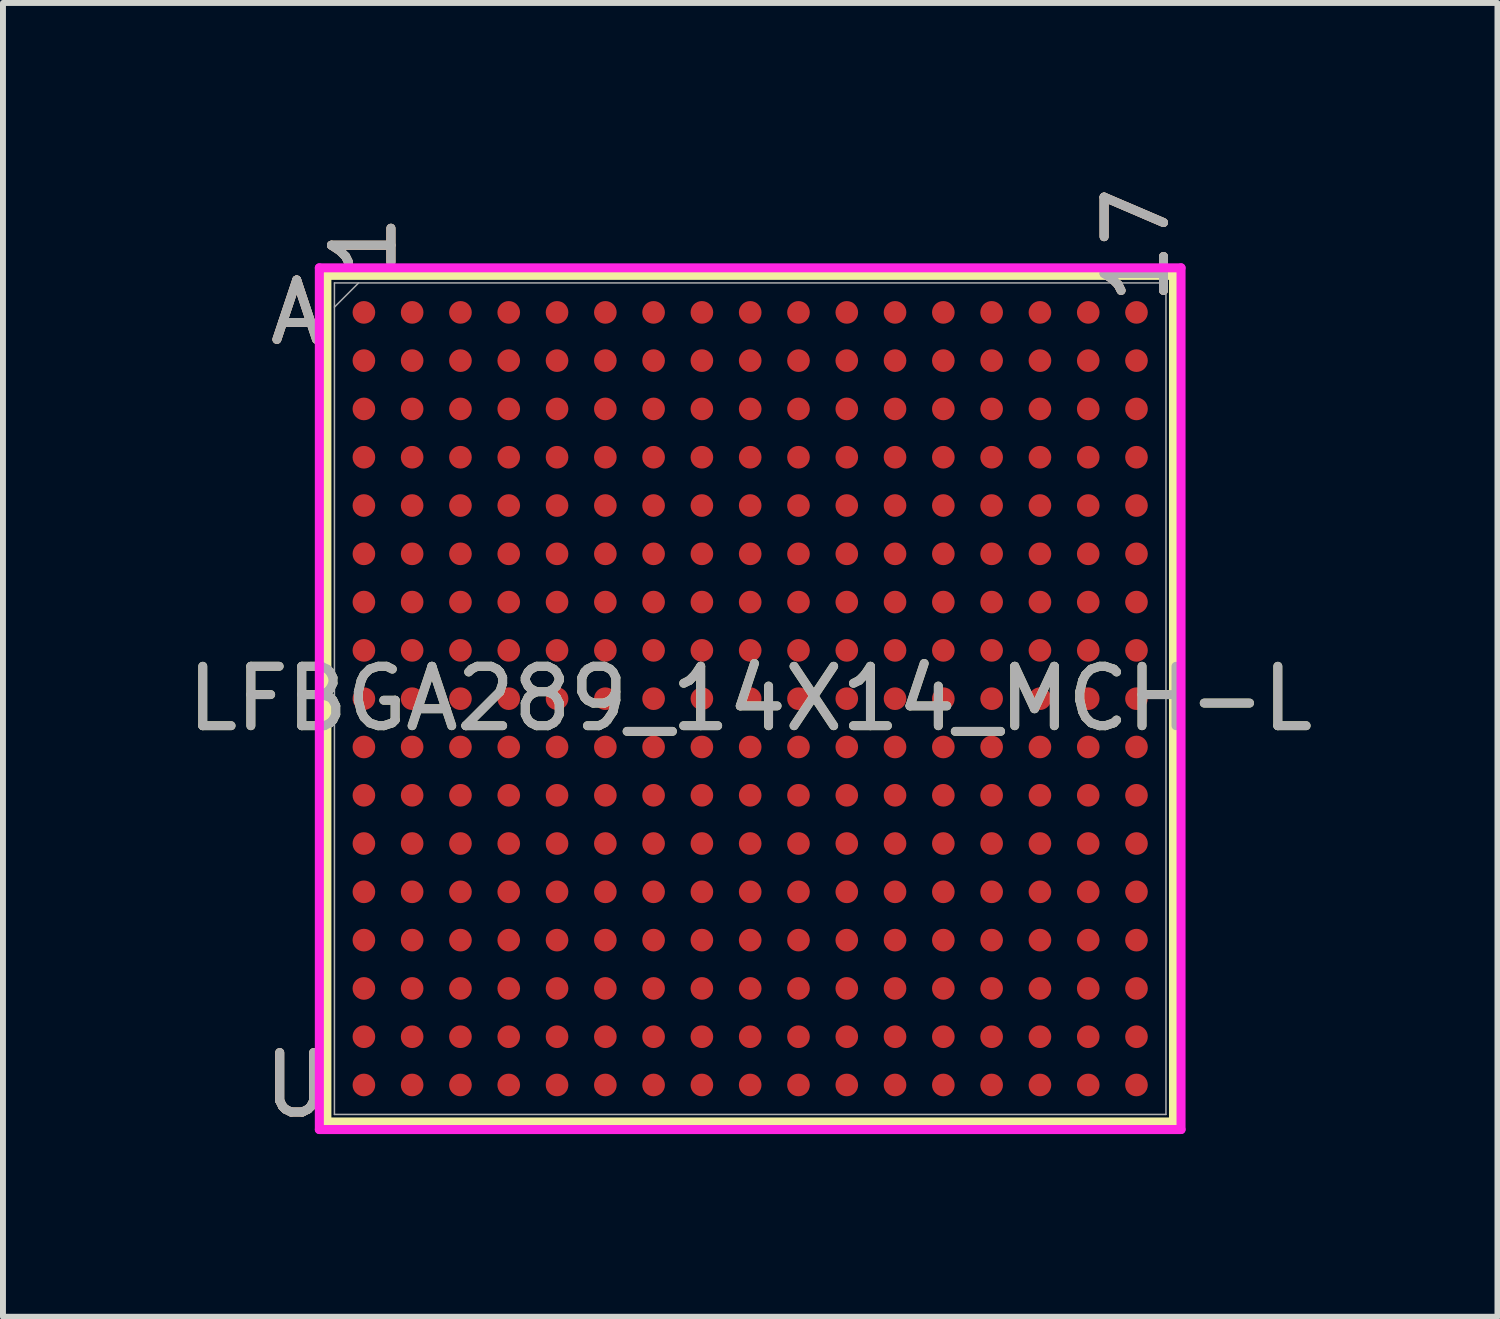
<source format=kicad_pcb>
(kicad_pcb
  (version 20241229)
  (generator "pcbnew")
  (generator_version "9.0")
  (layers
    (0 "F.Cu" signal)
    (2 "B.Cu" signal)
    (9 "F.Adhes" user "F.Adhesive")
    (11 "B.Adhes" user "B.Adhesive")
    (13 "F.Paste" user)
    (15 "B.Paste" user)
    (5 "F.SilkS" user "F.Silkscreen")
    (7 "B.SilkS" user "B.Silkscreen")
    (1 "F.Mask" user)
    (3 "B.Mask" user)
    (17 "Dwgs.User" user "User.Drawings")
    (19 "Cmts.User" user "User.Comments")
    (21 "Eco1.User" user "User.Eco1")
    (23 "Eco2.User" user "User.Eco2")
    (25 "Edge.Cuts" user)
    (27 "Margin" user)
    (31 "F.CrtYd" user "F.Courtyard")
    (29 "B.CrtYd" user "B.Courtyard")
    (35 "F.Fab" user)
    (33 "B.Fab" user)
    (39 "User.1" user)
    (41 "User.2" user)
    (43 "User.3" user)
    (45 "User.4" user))
  (footprint "LFBGA289_14X14_MCH-L"
    (layer "F.Cu")
    (at 9.577 8.71)
    (property "Reference" "LFBGA289_14X14_MCH-L" (at 0 0 0) (unlocked yes) (layer "F.SilkS") (effects (font (size 1 1) (thickness 0.15))))
    (attr smd)
    (fp_line (start -7.125 -7.125) (end -7.125 7.125) (stroke (width 0.152) (type solid)) (layer "F.SilkS"))
    (fp_line (start -7.125 7.125) (end 7.125 7.125) (stroke (width 0.152) (type solid)) (layer "F.SilkS"))
    (fp_line (start 7.125 -7.125) (end -7.125 -7.125) (stroke (width 0.152) (type solid)) (layer "F.SilkS"))
    (fp_line (start 7.125 7.125) (end 7.125 -7.125) (stroke (width 0.152) (type solid)) (layer "F.SilkS"))
    (fp_poly (pts (xy -7.353 -7.353) (xy 7.353 -7.353) (xy 7.353 7.353) (xy -7.353 7.353)) (stroke (width 0.1) (type solid)) (fill no) (layer "Eco2.User"))
    (fp_line (start -7.252 -7.252) (end 7.252 -7.252) (stroke (width 0.152) (type solid)) (layer "F.CrtYd"))
    (fp_line (start -7.252 7.252) (end -7.252 -7.252) (stroke (width 0.152) (type solid)) (layer "F.CrtYd"))
    (fp_line (start 7.252 -7.252) (end 7.252 7.252) (stroke (width 0.152) (type solid)) (layer "F.CrtYd"))
    (fp_line (start 7.252 7.252) (end -7.252 7.252) (stroke (width 0.152) (type solid)) (layer "F.CrtYd"))
    (fp_line (start -6.998 -6.998) (end -6.998 6.998) (stroke (width 0.025) (type solid)) (layer "F.Fab"))
    (fp_line (start -6.998 6.998) (end 6.998 6.998) (stroke (width 0.025) (type solid)) (layer "F.Fab"))
    (fp_line (start -6.591 -6.998) (end -6.998 -6.591) (stroke (width 0.025) (type solid)) (layer "F.Fab"))
    (fp_line (start 6.998 -6.998) (end -6.998 -6.998) (stroke (width 0.025) (type solid)) (layer "F.Fab"))
    (fp_line (start 6.998 6.998) (end 6.998 -6.998) (stroke (width 0.025) (type solid)) (layer "F.Fab"))
    (fp_text user "A" (at -7.633 -6.502 0) (unlocked yes) (layer "F.SilkS") (effects (font (size 1 1) (thickness 0.15))))
    (fp_text user "1" (at -6.502 -7.633 90) (unlocked yes) (layer "F.SilkS") (effects (font (size 1 1) (thickness 0.15))))
    (fp_text user "U" (at -7.633 6.502 0) (unlocked yes) (layer "F.SilkS") (effects (font (size 1 1) (thickness 0.15))))
    (fp_text user "17" (at 6.502 -7.633 90) (unlocked yes) (layer "F.SilkS") (effects (font (size 1 1) (thickness 0.15))))
    (fp_text user "17" (at 6.502 -7.633 90) (unlocked yes) (layer "B.SilkS") (effects (font (size 1 1) (thickness 0.15))))
    (fp_text user "1" (at -6.502 -7.633 90) (unlocked yes) (layer "B.SilkS") (effects (font (size 1 1) (thickness 0.15))))
    (fp_text user "U" (at -7.633 6.502 0) (unlocked yes) (layer "B.SilkS") (effects (font (size 1 1) (thickness 0.15))))
    (fp_text user "A" (at -7.633 -6.502 0) (unlocked yes) (layer "B.SilkS") (effects (font (size 1 1) (thickness 0.15))))
    (fp_text user "1" (at -6.502 -7.633 90) (unlocked yes) (layer "F.Fab") (effects (font (size 1 1) (thickness 0.15))))
    (fp_text user "${REFERENCE}" (at 0 0 0) (unlocked yes) (layer "F.Fab") (effects (font (size 1 1) (thickness 0.15))))
    (fp_text user "17" (at 6.502 -7.633 90) (unlocked yes) (layer "F.Fab") (effects (font (size 1 1) (thickness 0.15))))
    (fp_text user "A" (at -7.633 -6.502 0) (unlocked yes) (layer "F.Fab") (effects (font (size 1 1) (thickness 0.15))))
    (fp_text user "U" (at -7.633 6.502 0) (unlocked yes) (layer "F.Fab") (effects (font (size 1 1) (thickness 0.15))))
    (pad "A1" smd circle (at -6.502 -6.502) (size 0.381 0.381) (layers "F.Cu" "F.Mask" "F.Paste"))
    (pad "A2" smd circle (at -5.69 -6.502) (size 0.381 0.381) (layers "F.Cu" "F.Mask" "F.Paste"))
    (pad "A3" smd circle (at -4.877 -6.502) (size 0.381 0.381) (layers "F.Cu" "F.Mask" "F.Paste"))
    (pad "A4" smd circle (at -4.064 -6.502) (size 0.381 0.381) (layers "F.Cu" "F.Mask" "F.Paste"))
    (pad "A5" smd circle (at -3.251 -6.502) (size 0.381 0.381) (layers "F.Cu" "F.Mask" "F.Paste"))
    (pad "A6" smd circle (at -2.438 -6.502) (size 0.381 0.381) (layers "F.Cu" "F.Mask" "F.Paste"))
    (pad "A7" smd circle (at -1.626 -6.502) (size 0.381 0.381) (layers "F.Cu" "F.Mask" "F.Paste"))
    (pad "A8" smd circle (at -0.813 -6.502) (size 0.381 0.381) (layers "F.Cu" "F.Mask" "F.Paste"))
    (pad "A9" smd circle (at 0 -6.502) (size 0.381 0.381) (layers "F.Cu" "F.Mask" "F.Paste"))
    (pad "A10" smd circle (at 0.813 -6.502) (size 0.381 0.381) (layers "F.Cu" "F.Mask" "F.Paste"))
    (pad "A11" smd circle (at 1.626 -6.502) (size 0.381 0.381) (layers "F.Cu" "F.Mask" "F.Paste"))
    (pad "A12" smd circle (at 2.438 -6.502) (size 0.381 0.381) (layers "F.Cu" "F.Mask" "F.Paste"))
    (pad "A13" smd circle (at 3.251 -6.502) (size 0.381 0.381) (layers "F.Cu" "F.Mask" "F.Paste"))
    (pad "A14" smd circle (at 4.064 -6.502) (size 0.381 0.381) (layers "F.Cu" "F.Mask" "F.Paste"))
    (pad "A15" smd circle (at 4.877 -6.502) (size 0.381 0.381) (layers "F.Cu" "F.Mask" "F.Paste"))
    (pad "A16" smd circle (at 5.69 -6.502) (size 0.381 0.381) (layers "F.Cu" "F.Mask" "F.Paste"))
    (pad "A17" smd circle (at 6.502 -6.502) (size 0.381 0.381) (layers "F.Cu" "F.Mask" "F.Paste"))
    (pad "B1" smd circle (at -6.502 -5.69) (size 0.381 0.381) (layers "F.Cu" "F.Mask" "F.Paste"))
    (pad "B2" smd circle (at -5.69 -5.69) (size 0.381 0.381) (layers "F.Cu" "F.Mask" "F.Paste"))
    (pad "B3" smd circle (at -4.877 -5.69) (size 0.381 0.381) (layers "F.Cu" "F.Mask" "F.Paste"))
    (pad "B4" smd circle (at -4.064 -5.69) (size 0.381 0.381) (layers "F.Cu" "F.Mask" "F.Paste"))
    (pad "B5" smd circle (at -3.251 -5.69) (size 0.381 0.381) (layers "F.Cu" "F.Mask" "F.Paste"))
    (pad "B6" smd circle (at -2.438 -5.69) (size 0.381 0.381) (layers "F.Cu" "F.Mask" "F.Paste"))
    (pad "B7" smd circle (at -1.626 -5.69) (size 0.381 0.381) (layers "F.Cu" "F.Mask" "F.Paste"))
    (pad "B8" smd circle (at -0.813 -5.69) (size 0.381 0.381) (layers "F.Cu" "F.Mask" "F.Paste"))
    (pad "B9" smd circle (at 0 -5.69) (size 0.381 0.381) (layers "F.Cu" "F.Mask" "F.Paste"))
    (pad "B10" smd circle (at 0.813 -5.69) (size 0.381 0.381) (layers "F.Cu" "F.Mask" "F.Paste"))
    (pad "B11" smd circle (at 1.626 -5.69) (size 0.381 0.381) (layers "F.Cu" "F.Mask" "F.Paste"))
    (pad "B12" smd circle (at 2.438 -5.69) (size 0.381 0.381) (layers "F.Cu" "F.Mask" "F.Paste"))
    (pad "B13" smd circle (at 3.251 -5.69) (size 0.381 0.381) (layers "F.Cu" "F.Mask" "F.Paste"))
    (pad "B14" smd circle (at 4.064 -5.69) (size 0.381 0.381) (layers "F.Cu" "F.Mask" "F.Paste"))
    (pad "B15" smd circle (at 4.877 -5.69) (size 0.381 0.381) (layers "F.Cu" "F.Mask" "F.Paste"))
    (pad "B16" smd circle (at 5.69 -5.69) (size 0.381 0.381) (layers "F.Cu" "F.Mask" "F.Paste"))
    (pad "B17" smd circle (at 6.502 -5.69) (size 0.381 0.381) (layers "F.Cu" "F.Mask" "F.Paste"))
    (pad "C1" smd circle (at -6.502 -4.877) (size 0.381 0.381) (layers "F.Cu" "F.Mask" "F.Paste"))
    (pad "C2" smd circle (at -5.69 -4.877) (size 0.381 0.381) (layers "F.Cu" "F.Mask" "F.Paste"))
    (pad "C3" smd circle (at -4.877 -4.877) (size 0.381 0.381) (layers "F.Cu" "F.Mask" "F.Paste"))
    (pad "C4" smd circle (at -4.064 -4.877) (size 0.381 0.381) (layers "F.Cu" "F.Mask" "F.Paste"))
    (pad "C5" smd circle (at -3.251 -4.877) (size 0.381 0.381) (layers "F.Cu" "F.Mask" "F.Paste"))
    (pad "C6" smd circle (at -2.438 -4.877) (size 0.381 0.381) (layers "F.Cu" "F.Mask" "F.Paste"))
    (pad "C7" smd circle (at -1.626 -4.877) (size 0.381 0.381) (layers "F.Cu" "F.Mask" "F.Paste"))
    (pad "C8" smd circle (at -0.813 -4.877) (size 0.381 0.381) (layers "F.Cu" "F.Mask" "F.Paste"))
    (pad "C9" smd circle (at 0 -4.877) (size 0.381 0.381) (layers "F.Cu" "F.Mask" "F.Paste"))
    (pad "C10" smd circle (at 0.813 -4.877) (size 0.381 0.381) (layers "F.Cu" "F.Mask" "F.Paste"))
    (pad "C11" smd circle (at 1.626 -4.877) (size 0.381 0.381) (layers "F.Cu" "F.Mask" "F.Paste"))
    (pad "C12" smd circle (at 2.438 -4.877) (size 0.381 0.381) (layers "F.Cu" "F.Mask" "F.Paste"))
    (pad "C13" smd circle (at 3.251 -4.877) (size 0.381 0.381) (layers "F.Cu" "F.Mask" "F.Paste"))
    (pad "C14" smd circle (at 4.064 -4.877) (size 0.381 0.381) (layers "F.Cu" "F.Mask" "F.Paste"))
    (pad "C15" smd circle (at 4.877 -4.877) (size 0.381 0.381) (layers "F.Cu" "F.Mask" "F.Paste"))
    (pad "C16" smd circle (at 5.69 -4.877) (size 0.381 0.381) (layers "F.Cu" "F.Mask" "F.Paste"))
    (pad "C17" smd circle (at 6.502 -4.877) (size 0.381 0.381) (layers "F.Cu" "F.Mask" "F.Paste"))
    (pad "D1" smd circle (at -6.502 -4.064) (size 0.381 0.381) (layers "F.Cu" "F.Mask" "F.Paste"))
    (pad "D2" smd circle (at -5.69 -4.064) (size 0.381 0.381) (layers "F.Cu" "F.Mask" "F.Paste"))
    (pad "D3" smd circle (at -4.877 -4.064) (size 0.381 0.381) (layers "F.Cu" "F.Mask" "F.Paste"))
    (pad "D4" smd circle (at -4.064 -4.064) (size 0.381 0.381) (layers "F.Cu" "F.Mask" "F.Paste"))
    (pad "D5" smd circle (at -3.251 -4.064) (size 0.381 0.381) (layers "F.Cu" "F.Mask" "F.Paste"))
    (pad "D6" smd circle (at -2.438 -4.064) (size 0.381 0.381) (layers "F.Cu" "F.Mask" "F.Paste"))
    (pad "D7" smd circle (at -1.626 -4.064) (size 0.381 0.381) (layers "F.Cu" "F.Mask" "F.Paste"))
    (pad "D8" smd circle (at -0.813 -4.064) (size 0.381 0.381) (layers "F.Cu" "F.Mask" "F.Paste"))
    (pad "D9" smd circle (at 0 -4.064) (size 0.381 0.381) (layers "F.Cu" "F.Mask" "F.Paste"))
    (pad "D10" smd circle (at 0.813 -4.064) (size 0.381 0.381) (layers "F.Cu" "F.Mask" "F.Paste"))
    (pad "D11" smd circle (at 1.626 -4.064) (size 0.381 0.381) (layers "F.Cu" "F.Mask" "F.Paste"))
    (pad "D12" smd circle (at 2.438 -4.064) (size 0.381 0.381) (layers "F.Cu" "F.Mask" "F.Paste"))
    (pad "D13" smd circle (at 3.251 -4.064) (size 0.381 0.381) (layers "F.Cu" "F.Mask" "F.Paste"))
    (pad "D14" smd circle (at 4.064 -4.064) (size 0.381 0.381) (layers "F.Cu" "F.Mask" "F.Paste"))
    (pad "D15" smd circle (at 4.877 -4.064) (size 0.381 0.381) (layers "F.Cu" "F.Mask" "F.Paste"))
    (pad "D16" smd circle (at 5.69 -4.064) (size 0.381 0.381) (layers "F.Cu" "F.Mask" "F.Paste"))
    (pad "D17" smd circle (at 6.502 -4.064) (size 0.381 0.381) (layers "F.Cu" "F.Mask" "F.Paste"))
    (pad "E1" smd circle (at -6.502 -3.251) (size 0.381 0.381) (layers "F.Cu" "F.Mask" "F.Paste"))
    (pad "E2" smd circle (at -5.69 -3.251) (size 0.381 0.381) (layers "F.Cu" "F.Mask" "F.Paste"))
    (pad "E3" smd circle (at -4.877 -3.251) (size 0.381 0.381) (layers "F.Cu" "F.Mask" "F.Paste"))
    (pad "E4" smd circle (at -4.064 -3.251) (size 0.381 0.381) (layers "F.Cu" "F.Mask" "F.Paste"))
    (pad "E5" smd circle (at -3.251 -3.251) (size 0.381 0.381) (layers "F.Cu" "F.Mask" "F.Paste"))
    (pad "E6" smd circle (at -2.438 -3.251) (size 0.381 0.381) (layers "F.Cu" "F.Mask" "F.Paste"))
    (pad "E7" smd circle (at -1.626 -3.251) (size 0.381 0.381) (layers "F.Cu" "F.Mask" "F.Paste"))
    (pad "E8" smd circle (at -0.813 -3.251) (size 0.381 0.381) (layers "F.Cu" "F.Mask" "F.Paste"))
    (pad "E9" smd circle (at 0 -3.251) (size 0.381 0.381) (layers "F.Cu" "F.Mask" "F.Paste"))
    (pad "E10" smd circle (at 0.813 -3.251) (size 0.381 0.381) (layers "F.Cu" "F.Mask" "F.Paste"))
    (pad "E11" smd circle (at 1.626 -3.251) (size 0.381 0.381) (layers "F.Cu" "F.Mask" "F.Paste"))
    (pad "E12" smd circle (at 2.438 -3.251) (size 0.381 0.381) (layers "F.Cu" "F.Mask" "F.Paste"))
    (pad "E13" smd circle (at 3.251 -3.251) (size 0.381 0.381) (layers "F.Cu" "F.Mask" "F.Paste"))
    (pad "E14" smd circle (at 4.064 -3.251) (size 0.381 0.381) (layers "F.Cu" "F.Mask" "F.Paste"))
    (pad "E15" smd circle (at 4.877 -3.251) (size 0.381 0.381) (layers "F.Cu" "F.Mask" "F.Paste"))
    (pad "E16" smd circle (at 5.69 -3.251) (size 0.381 0.381) (layers "F.Cu" "F.Mask" "F.Paste"))
    (pad "E17" smd circle (at 6.502 -3.251) (size 0.381 0.381) (layers "F.Cu" "F.Mask" "F.Paste"))
    (pad "F1" smd circle (at -6.502 -2.438) (size 0.381 0.381) (layers "F.Cu" "F.Mask" "F.Paste"))
    (pad "F2" smd circle (at -5.69 -2.438) (size 0.381 0.381) (layers "F.Cu" "F.Mask" "F.Paste"))
    (pad "F3" smd circle (at -4.877 -2.438) (size 0.381 0.381) (layers "F.Cu" "F.Mask" "F.Paste"))
    (pad "F4" smd circle (at -4.064 -2.438) (size 0.381 0.381) (layers "F.Cu" "F.Mask" "F.Paste"))
    (pad "F5" smd circle (at -3.251 -2.438) (size 0.381 0.381) (layers "F.Cu" "F.Mask" "F.Paste"))
    (pad "F6" smd circle (at -2.438 -2.438) (size 0.381 0.381) (layers "F.Cu" "F.Mask" "F.Paste"))
    (pad "F7" smd circle (at -1.626 -2.438) (size 0.381 0.381) (layers "F.Cu" "F.Mask" "F.Paste"))
    (pad "F8" smd circle (at -0.813 -2.438) (size 0.381 0.381) (layers "F.Cu" "F.Mask" "F.Paste"))
    (pad "F9" smd circle (at 0 -2.438) (size 0.381 0.381) (layers "F.Cu" "F.Mask" "F.Paste"))
    (pad "F10" smd circle (at 0.813 -2.438) (size 0.381 0.381) (layers "F.Cu" "F.Mask" "F.Paste"))
    (pad "F11" smd circle (at 1.626 -2.438) (size 0.381 0.381) (layers "F.Cu" "F.Mask" "F.Paste"))
    (pad "F12" smd circle (at 2.438 -2.438) (size 0.381 0.381) (layers "F.Cu" "F.Mask" "F.Paste"))
    (pad "F13" smd circle (at 3.251 -2.438) (size 0.381 0.381) (layers "F.Cu" "F.Mask" "F.Paste"))
    (pad "F14" smd circle (at 4.064 -2.438) (size 0.381 0.381) (layers "F.Cu" "F.Mask" "F.Paste"))
    (pad "F15" smd circle (at 4.877 -2.438) (size 0.381 0.381) (layers "F.Cu" "F.Mask" "F.Paste"))
    (pad "F16" smd circle (at 5.69 -2.438) (size 0.381 0.381) (layers "F.Cu" "F.Mask" "F.Paste"))
    (pad "F17" smd circle (at 6.502 -2.438) (size 0.381 0.381) (layers "F.Cu" "F.Mask" "F.Paste"))
    (pad "G1" smd circle (at -6.502 -1.626) (size 0.381 0.381) (layers "F.Cu" "F.Mask" "F.Paste"))
    (pad "G2" smd circle (at -5.69 -1.626) (size 0.381 0.381) (layers "F.Cu" "F.Mask" "F.Paste"))
    (pad "G3" smd circle (at -4.877 -1.626) (size 0.381 0.381) (layers "F.Cu" "F.Mask" "F.Paste"))
    (pad "G4" smd circle (at -4.064 -1.626) (size 0.381 0.381) (layers "F.Cu" "F.Mask" "F.Paste"))
    (pad "G5" smd circle (at -3.251 -1.626) (size 0.381 0.381) (layers "F.Cu" "F.Mask" "F.Paste"))
    (pad "G6" smd circle (at -2.438 -1.626) (size 0.381 0.381) (layers "F.Cu" "F.Mask" "F.Paste"))
    (pad "G7" smd circle (at -1.626 -1.626) (size 0.381 0.381) (layers "F.Cu" "F.Mask" "F.Paste"))
    (pad "G8" smd circle (at -0.813 -1.626) (size 0.381 0.381) (layers "F.Cu" "F.Mask" "F.Paste"))
    (pad "G9" smd circle (at 0 -1.626) (size 0.381 0.381) (layers "F.Cu" "F.Mask" "F.Paste"))
    (pad "G10" smd circle (at 0.813 -1.626) (size 0.381 0.381) (layers "F.Cu" "F.Mask" "F.Paste"))
    (pad "G11" smd circle (at 1.626 -1.626) (size 0.381 0.381) (layers "F.Cu" "F.Mask" "F.Paste"))
    (pad "G12" smd circle (at 2.438 -1.626) (size 0.381 0.381) (layers "F.Cu" "F.Mask" "F.Paste"))
    (pad "G13" smd circle (at 3.251 -1.626) (size 0.381 0.381) (layers "F.Cu" "F.Mask" "F.Paste"))
    (pad "G14" smd circle (at 4.064 -1.626) (size 0.381 0.381) (layers "F.Cu" "F.Mask" "F.Paste"))
    (pad "G15" smd circle (at 4.877 -1.626) (size 0.381 0.381) (layers "F.Cu" "F.Mask" "F.Paste"))
    (pad "G16" smd circle (at 5.69 -1.626) (size 0.381 0.381) (layers "F.Cu" "F.Mask" "F.Paste"))
    (pad "G17" smd circle (at 6.502 -1.626) (size 0.381 0.381) (layers "F.Cu" "F.Mask" "F.Paste"))
    (pad "H1" smd circle (at -6.502 -0.813) (size 0.381 0.381) (layers "F.Cu" "F.Mask" "F.Paste"))
    (pad "H2" smd circle (at -5.69 -0.813) (size 0.381 0.381) (layers "F.Cu" "F.Mask" "F.Paste"))
    (pad "H3" smd circle (at -4.877 -0.813) (size 0.381 0.381) (layers "F.Cu" "F.Mask" "F.Paste"))
    (pad "H4" smd circle (at -4.064 -0.813) (size 0.381 0.381) (layers "F.Cu" "F.Mask" "F.Paste"))
    (pad "H5" smd circle (at -3.251 -0.813) (size 0.381 0.381) (layers "F.Cu" "F.Mask" "F.Paste"))
    (pad "H6" smd circle (at -2.438 -0.813) (size 0.381 0.381) (layers "F.Cu" "F.Mask" "F.Paste"))
    (pad "H7" smd circle (at -1.626 -0.813) (size 0.381 0.381) (layers "F.Cu" "F.Mask" "F.Paste"))
    (pad "H8" smd circle (at -0.813 -0.813) (size 0.381 0.381) (layers "F.Cu" "F.Mask" "F.Paste"))
    (pad "H9" smd circle (at 0 -0.813) (size 0.381 0.381) (layers "F.Cu" "F.Mask" "F.Paste"))
    (pad "H10" smd circle (at 0.813 -0.813) (size 0.381 0.381) (layers "F.Cu" "F.Mask" "F.Paste"))
    (pad "H11" smd circle (at 1.626 -0.813) (size 0.381 0.381) (layers "F.Cu" "F.Mask" "F.Paste"))
    (pad "H12" smd circle (at 2.438 -0.813) (size 0.381 0.381) (layers "F.Cu" "F.Mask" "F.Paste"))
    (pad "H13" smd circle (at 3.251 -0.813) (size 0.381 0.381) (layers "F.Cu" "F.Mask" "F.Paste"))
    (pad "H14" smd circle (at 4.064 -0.813) (size 0.381 0.381) (layers "F.Cu" "F.Mask" "F.Paste"))
    (pad "H15" smd circle (at 4.877 -0.813) (size 0.381 0.381) (layers "F.Cu" "F.Mask" "F.Paste"))
    (pad "H16" smd circle (at 5.69 -0.813) (size 0.381 0.381) (layers "F.Cu" "F.Mask" "F.Paste"))
    (pad "H17" smd circle (at 6.502 -0.813) (size 0.381 0.381) (layers "F.Cu" "F.Mask" "F.Paste"))
    (pad "J1" smd circle (at -6.502 0) (size 0.381 0.381) (layers "F.Cu" "F.Mask" "F.Paste"))
    (pad "J2" smd circle (at -5.69 0) (size 0.381 0.381) (layers "F.Cu" "F.Mask" "F.Paste"))
    (pad "J3" smd circle (at -4.877 0) (size 0.381 0.381) (layers "F.Cu" "F.Mask" "F.Paste"))
    (pad "J4" smd circle (at -4.064 0) (size 0.381 0.381) (layers "F.Cu" "F.Mask" "F.Paste"))
    (pad "J5" smd circle (at -3.251 0) (size 0.381 0.381) (layers "F.Cu" "F.Mask" "F.Paste"))
    (pad "J6" smd circle (at -2.438 0) (size 0.381 0.381) (layers "F.Cu" "F.Mask" "F.Paste"))
    (pad "J7" smd circle (at -1.626 0) (size 0.381 0.381) (layers "F.Cu" "F.Mask" "F.Paste"))
    (pad "J8" smd circle (at -0.813 0) (size 0.381 0.381) (layers "F.Cu" "F.Mask" "F.Paste"))
    (pad "J9" smd circle (at 0 0) (size 0.381 0.381) (layers "F.Cu" "F.Mask" "F.Paste"))
    (pad "J10" smd circle (at 0.813 0) (size 0.381 0.381) (layers "F.Cu" "F.Mask" "F.Paste"))
    (pad "J11" smd circle (at 1.626 0) (size 0.381 0.381) (layers "F.Cu" "F.Mask" "F.Paste"))
    (pad "J12" smd circle (at 2.438 0) (size 0.381 0.381) (layers "F.Cu" "F.Mask" "F.Paste"))
    (pad "J13" smd circle (at 3.251 0) (size 0.381 0.381) (layers "F.Cu" "F.Mask" "F.Paste"))
    (pad "J14" smd circle (at 4.064 0) (size 0.381 0.381) (layers "F.Cu" "F.Mask" "F.Paste"))
    (pad "J15" smd circle (at 4.877 0) (size 0.381 0.381) (layers "F.Cu" "F.Mask" "F.Paste"))
    (pad "J16" smd circle (at 5.69 0) (size 0.381 0.381) (layers "F.Cu" "F.Mask" "F.Paste"))
    (pad "J17" smd circle (at 6.502 0) (size 0.381 0.381) (layers "F.Cu" "F.Mask" "F.Paste"))
    (pad "K1" smd circle (at -6.502 0.813) (size 0.381 0.381) (layers "F.Cu" "F.Mask" "F.Paste"))
    (pad "K2" smd circle (at -5.69 0.813) (size 0.381 0.381) (layers "F.Cu" "F.Mask" "F.Paste"))
    (pad "K3" smd circle (at -4.877 0.813) (size 0.381 0.381) (layers "F.Cu" "F.Mask" "F.Paste"))
    (pad "K4" smd circle (at -4.064 0.813) (size 0.381 0.381) (layers "F.Cu" "F.Mask" "F.Paste"))
    (pad "K5" smd circle (at -3.251 0.813) (size 0.381 0.381) (layers "F.Cu" "F.Mask" "F.Paste"))
    (pad "K6" smd circle (at -2.438 0.813) (size 0.381 0.381) (layers "F.Cu" "F.Mask" "F.Paste"))
    (pad "K7" smd circle (at -1.626 0.813) (size 0.381 0.381) (layers "F.Cu" "F.Mask" "F.Paste"))
    (pad "K8" smd circle (at -0.813 0.813) (size 0.381 0.381) (layers "F.Cu" "F.Mask" "F.Paste"))
    (pad "K9" smd circle (at 0 0.813) (size 0.381 0.381) (layers "F.Cu" "F.Mask" "F.Paste"))
    (pad "K10" smd circle (at 0.813 0.813) (size 0.381 0.381) (layers "F.Cu" "F.Mask" "F.Paste"))
    (pad "K11" smd circle (at 1.626 0.813) (size 0.381 0.381) (layers "F.Cu" "F.Mask" "F.Paste"))
    (pad "K12" smd circle (at 2.438 0.813) (size 0.381 0.381) (layers "F.Cu" "F.Mask" "F.Paste"))
    (pad "K13" smd circle (at 3.251 0.813) (size 0.381 0.381) (layers "F.Cu" "F.Mask" "F.Paste"))
    (pad "K14" smd circle (at 4.064 0.813) (size 0.381 0.381) (layers "F.Cu" "F.Mask" "F.Paste"))
    (pad "K15" smd circle (at 4.877 0.813) (size 0.381 0.381) (layers "F.Cu" "F.Mask" "F.Paste"))
    (pad "K16" smd circle (at 5.69 0.813) (size 0.381 0.381) (layers "F.Cu" "F.Mask" "F.Paste"))
    (pad "K17" smd circle (at 6.502 0.813) (size 0.381 0.381) (layers "F.Cu" "F.Mask" "F.Paste"))
    (pad "L1" smd circle (at -6.502 1.626) (size 0.381 0.381) (layers "F.Cu" "F.Mask" "F.Paste"))
    (pad "L2" smd circle (at -5.69 1.626) (size 0.381 0.381) (layers "F.Cu" "F.Mask" "F.Paste"))
    (pad "L3" smd circle (at -4.877 1.626) (size 0.381 0.381) (layers "F.Cu" "F.Mask" "F.Paste"))
    (pad "L4" smd circle (at -4.064 1.626) (size 0.381 0.381) (layers "F.Cu" "F.Mask" "F.Paste"))
    (pad "L5" smd circle (at -3.251 1.626) (size 0.381 0.381) (layers "F.Cu" "F.Mask" "F.Paste"))
    (pad "L6" smd circle (at -2.438 1.626) (size 0.381 0.381) (layers "F.Cu" "F.Mask" "F.Paste"))
    (pad "L7" smd circle (at -1.626 1.626) (size 0.381 0.381) (layers "F.Cu" "F.Mask" "F.Paste"))
    (pad "L8" smd circle (at -0.813 1.626) (size 0.381 0.381) (layers "F.Cu" "F.Mask" "F.Paste"))
    (pad "L9" smd circle (at 0 1.626) (size 0.381 0.381) (layers "F.Cu" "F.Mask" "F.Paste"))
    (pad "L10" smd circle (at 0.813 1.626) (size 0.381 0.381) (layers "F.Cu" "F.Mask" "F.Paste"))
    (pad "L11" smd circle (at 1.626 1.626) (size 0.381 0.381) (layers "F.Cu" "F.Mask" "F.Paste"))
    (pad "L12" smd circle (at 2.438 1.626) (size 0.381 0.381) (layers "F.Cu" "F.Mask" "F.Paste"))
    (pad "L13" smd circle (at 3.251 1.626) (size 0.381 0.381) (layers "F.Cu" "F.Mask" "F.Paste"))
    (pad "L14" smd circle (at 4.064 1.626) (size 0.381 0.381) (layers "F.Cu" "F.Mask" "F.Paste"))
    (pad "L15" smd circle (at 4.877 1.626) (size 0.381 0.381) (layers "F.Cu" "F.Mask" "F.Paste"))
    (pad "L16" smd circle (at 5.69 1.626) (size 0.381 0.381) (layers "F.Cu" "F.Mask" "F.Paste"))
    (pad "L17" smd circle (at 6.502 1.626) (size 0.381 0.381) (layers "F.Cu" "F.Mask" "F.Paste"))
    (pad "M1" smd circle (at -6.502 2.438) (size 0.381 0.381) (layers "F.Cu" "F.Mask" "F.Paste"))
    (pad "M2" smd circle (at -5.69 2.438) (size 0.381 0.381) (layers "F.Cu" "F.Mask" "F.Paste"))
    (pad "M3" smd circle (at -4.877 2.438) (size 0.381 0.381) (layers "F.Cu" "F.Mask" "F.Paste"))
    (pad "M4" smd circle (at -4.064 2.438) (size 0.381 0.381) (layers "F.Cu" "F.Mask" "F.Paste"))
    (pad "M5" smd circle (at -3.251 2.438) (size 0.381 0.381) (layers "F.Cu" "F.Mask" "F.Paste"))
    (pad "M6" smd circle (at -2.438 2.438) (size 0.381 0.381) (layers "F.Cu" "F.Mask" "F.Paste"))
    (pad "M7" smd circle (at -1.626 2.438) (size 0.381 0.381) (layers "F.Cu" "F.Mask" "F.Paste"))
    (pad "M8" smd circle (at -0.813 2.438) (size 0.381 0.381) (layers "F.Cu" "F.Mask" "F.Paste"))
    (pad "M9" smd circle (at 0 2.438) (size 0.381 0.381) (layers "F.Cu" "F.Mask" "F.Paste"))
    (pad "M10" smd circle (at 0.813 2.438) (size 0.381 0.381) (layers "F.Cu" "F.Mask" "F.Paste"))
    (pad "M11" smd circle (at 1.626 2.438) (size 0.381 0.381) (layers "F.Cu" "F.Mask" "F.Paste"))
    (pad "M12" smd circle (at 2.438 2.438) (size 0.381 0.381) (layers "F.Cu" "F.Mask" "F.Paste"))
    (pad "M13" smd circle (at 3.251 2.438) (size 0.381 0.381) (layers "F.Cu" "F.Mask" "F.Paste"))
    (pad "M14" smd circle (at 4.064 2.438) (size 0.381 0.381) (layers "F.Cu" "F.Mask" "F.Paste"))
    (pad "M15" smd circle (at 4.877 2.438) (size 0.381 0.381) (layers "F.Cu" "F.Mask" "F.Paste"))
    (pad "M16" smd circle (at 5.69 2.438) (size 0.381 0.381) (layers "F.Cu" "F.Mask" "F.Paste"))
    (pad "M17" smd circle (at 6.502 2.438) (size 0.381 0.381) (layers "F.Cu" "F.Mask" "F.Paste"))
    (pad "N1" smd circle (at -6.502 3.251) (size 0.381 0.381) (layers "F.Cu" "F.Mask" "F.Paste"))
    (pad "N2" smd circle (at -5.69 3.251) (size 0.381 0.381) (layers "F.Cu" "F.Mask" "F.Paste"))
    (pad "N3" smd circle (at -4.877 3.251) (size 0.381 0.381) (layers "F.Cu" "F.Mask" "F.Paste"))
    (pad "N4" smd circle (at -4.064 3.251) (size 0.381 0.381) (layers "F.Cu" "F.Mask" "F.Paste"))
    (pad "N5" smd circle (at -3.251 3.251) (size 0.381 0.381) (layers "F.Cu" "F.Mask" "F.Paste"))
    (pad "N6" smd circle (at -2.438 3.251) (size 0.381 0.381) (layers "F.Cu" "F.Mask" "F.Paste"))
    (pad "N7" smd circle (at -1.626 3.251) (size 0.381 0.381) (layers "F.Cu" "F.Mask" "F.Paste"))
    (pad "N8" smd circle (at -0.813 3.251) (size 0.381 0.381) (layers "F.Cu" "F.Mask" "F.Paste"))
    (pad "N9" smd circle (at 0 3.251) (size 0.381 0.381) (layers "F.Cu" "F.Mask" "F.Paste"))
    (pad "N10" smd circle (at 0.813 3.251) (size 0.381 0.381) (layers "F.Cu" "F.Mask" "F.Paste"))
    (pad "N11" smd circle (at 1.626 3.251) (size 0.381 0.381) (layers "F.Cu" "F.Mask" "F.Paste"))
    (pad "N12" smd circle (at 2.438 3.251) (size 0.381 0.381) (layers "F.Cu" "F.Mask" "F.Paste"))
    (pad "N13" smd circle (at 3.251 3.251) (size 0.381 0.381) (layers "F.Cu" "F.Mask" "F.Paste"))
    (pad "N14" smd circle (at 4.064 3.251) (size 0.381 0.381) (layers "F.Cu" "F.Mask" "F.Paste"))
    (pad "N15" smd circle (at 4.877 3.251) (size 0.381 0.381) (layers "F.Cu" "F.Mask" "F.Paste"))
    (pad "N16" smd circle (at 5.69 3.251) (size 0.381 0.381) (layers "F.Cu" "F.Mask" "F.Paste"))
    (pad "N17" smd circle (at 6.502 3.251) (size 0.381 0.381) (layers "F.Cu" "F.Mask" "F.Paste"))
    (pad "P1" smd circle (at -6.502 4.064) (size 0.381 0.381) (layers "F.Cu" "F.Mask" "F.Paste"))
    (pad "P2" smd circle (at -5.69 4.064) (size 0.381 0.381) (layers "F.Cu" "F.Mask" "F.Paste"))
    (pad "P3" smd circle (at -4.877 4.064) (size 0.381 0.381) (layers "F.Cu" "F.Mask" "F.Paste"))
    (pad "P4" smd circle (at -4.064 4.064) (size 0.381 0.381) (layers "F.Cu" "F.Mask" "F.Paste"))
    (pad "P5" smd circle (at -3.251 4.064) (size 0.381 0.381) (layers "F.Cu" "F.Mask" "F.Paste"))
    (pad "P6" smd circle (at -2.438 4.064) (size 0.381 0.381) (layers "F.Cu" "F.Mask" "F.Paste"))
    (pad "P7" smd circle (at -1.626 4.064) (size 0.381 0.381) (layers "F.Cu" "F.Mask" "F.Paste"))
    (pad "P8" smd circle (at -0.813 4.064) (size 0.381 0.381) (layers "F.Cu" "F.Mask" "F.Paste"))
    (pad "P9" smd circle (at 0 4.064) (size 0.381 0.381) (layers "F.Cu" "F.Mask" "F.Paste"))
    (pad "P10" smd circle (at 0.813 4.064) (size 0.381 0.381) (layers "F.Cu" "F.Mask" "F.Paste"))
    (pad "P11" smd circle (at 1.626 4.064) (size 0.381 0.381) (layers "F.Cu" "F.Mask" "F.Paste"))
    (pad "P12" smd circle (at 2.438 4.064) (size 0.381 0.381) (layers "F.Cu" "F.Mask" "F.Paste"))
    (pad "P13" smd circle (at 3.251 4.064) (size 0.381 0.381) (layers "F.Cu" "F.Mask" "F.Paste"))
    (pad "P14" smd circle (at 4.064 4.064) (size 0.381 0.381) (layers "F.Cu" "F.Mask" "F.Paste"))
    (pad "P15" smd circle (at 4.877 4.064) (size 0.381 0.381) (layers "F.Cu" "F.Mask" "F.Paste"))
    (pad "P16" smd circle (at 5.69 4.064) (size 0.381 0.381) (layers "F.Cu" "F.Mask" "F.Paste"))
    (pad "P17" smd circle (at 6.502 4.064) (size 0.381 0.381) (layers "F.Cu" "F.Mask" "F.Paste"))
    (pad "R1" smd circle (at -6.502 4.877) (size 0.381 0.381) (layers "F.Cu" "F.Mask" "F.Paste"))
    (pad "R2" smd circle (at -5.69 4.877) (size 0.381 0.381) (layers "F.Cu" "F.Mask" "F.Paste"))
    (pad "R3" smd circle (at -4.877 4.877) (size 0.381 0.381) (layers "F.Cu" "F.Mask" "F.Paste"))
    (pad "R4" smd circle (at -4.064 4.877) (size 0.381 0.381) (layers "F.Cu" "F.Mask" "F.Paste"))
    (pad "R5" smd circle (at -3.251 4.877) (size 0.381 0.381) (layers "F.Cu" "F.Mask" "F.Paste"))
    (pad "R6" smd circle (at -2.438 4.877) (size 0.381 0.381) (layers "F.Cu" "F.Mask" "F.Paste"))
    (pad "R7" smd circle (at -1.626 4.877) (size 0.381 0.381) (layers "F.Cu" "F.Mask" "F.Paste"))
    (pad "R8" smd circle (at -0.813 4.877) (size 0.381 0.381) (layers "F.Cu" "F.Mask" "F.Paste"))
    (pad "R9" smd circle (at 0 4.877) (size 0.381 0.381) (layers "F.Cu" "F.Mask" "F.Paste"))
    (pad "R10" smd circle (at 0.813 4.877) (size 0.381 0.381) (layers "F.Cu" "F.Mask" "F.Paste"))
    (pad "R11" smd circle (at 1.626 4.877) (size 0.381 0.381) (layers "F.Cu" "F.Mask" "F.Paste"))
    (pad "R12" smd circle (at 2.438 4.877) (size 0.381 0.381) (layers "F.Cu" "F.Mask" "F.Paste"))
    (pad "R13" smd circle (at 3.251 4.877) (size 0.381 0.381) (layers "F.Cu" "F.Mask" "F.Paste"))
    (pad "R14" smd circle (at 4.064 4.877) (size 0.381 0.381) (layers "F.Cu" "F.Mask" "F.Paste"))
    (pad "R15" smd circle (at 4.877 4.877) (size 0.381 0.381) (layers "F.Cu" "F.Mask" "F.Paste"))
    (pad "R16" smd circle (at 5.69 4.877) (size 0.381 0.381) (layers "F.Cu" "F.Mask" "F.Paste"))
    (pad "R17" smd circle (at 6.502 4.877) (size 0.381 0.381) (layers "F.Cu" "F.Mask" "F.Paste"))
    (pad "T1" smd circle (at -6.502 5.69) (size 0.381 0.381) (layers "F.Cu" "F.Mask" "F.Paste"))
    (pad "T2" smd circle (at -5.69 5.69) (size 0.381 0.381) (layers "F.Cu" "F.Mask" "F.Paste"))
    (pad "T3" smd circle (at -4.877 5.69) (size 0.381 0.381) (layers "F.Cu" "F.Mask" "F.Paste"))
    (pad "T4" smd circle (at -4.064 5.69) (size 0.381 0.381) (layers "F.Cu" "F.Mask" "F.Paste"))
    (pad "T5" smd circle (at -3.251 5.69) (size 0.381 0.381) (layers "F.Cu" "F.Mask" "F.Paste"))
    (pad "T6" smd circle (at -2.438 5.69) (size 0.381 0.381) (layers "F.Cu" "F.Mask" "F.Paste"))
    (pad "T7" smd circle (at -1.626 5.69) (size 0.381 0.381) (layers "F.Cu" "F.Mask" "F.Paste"))
    (pad "T8" smd circle (at -0.813 5.69) (size 0.381 0.381) (layers "F.Cu" "F.Mask" "F.Paste"))
    (pad "T9" smd circle (at 0 5.69) (size 0.381 0.381) (layers "F.Cu" "F.Mask" "F.Paste"))
    (pad "T10" smd circle (at 0.813 5.69) (size 0.381 0.381) (layers "F.Cu" "F.Mask" "F.Paste"))
    (pad "T11" smd circle (at 1.626 5.69) (size 0.381 0.381) (layers "F.Cu" "F.Mask" "F.Paste"))
    (pad "T12" smd circle (at 2.438 5.69) (size 0.381 0.381) (layers "F.Cu" "F.Mask" "F.Paste"))
    (pad "T13" smd circle (at 3.251 5.69) (size 0.381 0.381) (layers "F.Cu" "F.Mask" "F.Paste"))
    (pad "T14" smd circle (at 4.064 5.69) (size 0.381 0.381) (layers "F.Cu" "F.Mask" "F.Paste"))
    (pad "T15" smd circle (at 4.877 5.69) (size 0.381 0.381) (layers "F.Cu" "F.Mask" "F.Paste"))
    (pad "T16" smd circle (at 5.69 5.69) (size 0.381 0.381) (layers "F.Cu" "F.Mask" "F.Paste"))
    (pad "T17" smd circle (at 6.502 5.69) (size 0.381 0.381) (layers "F.Cu" "F.Mask" "F.Paste"))
    (pad "U1" smd circle (at -6.502 6.502) (size 0.381 0.381) (layers "F.Cu" "F.Mask" "F.Paste"))
    (pad "U2" smd circle (at -5.69 6.502) (size 0.381 0.381) (layers "F.Cu" "F.Mask" "F.Paste"))
    (pad "U3" smd circle (at -4.877 6.502) (size 0.381 0.381) (layers "F.Cu" "F.Mask" "F.Paste"))
    (pad "U4" smd circle (at -4.064 6.502) (size 0.381 0.381) (layers "F.Cu" "F.Mask" "F.Paste"))
    (pad "U5" smd circle (at -3.251 6.502) (size 0.381 0.381) (layers "F.Cu" "F.Mask" "F.Paste"))
    (pad "U6" smd circle (at -2.438 6.502) (size 0.381 0.381) (layers "F.Cu" "F.Mask" "F.Paste"))
    (pad "U7" smd circle (at -1.626 6.502) (size 0.381 0.381) (layers "F.Cu" "F.Mask" "F.Paste"))
    (pad "U8" smd circle (at -0.813 6.502) (size 0.381 0.381) (layers "F.Cu" "F.Mask" "F.Paste"))
    (pad "U9" smd circle (at 0 6.502) (size 0.381 0.381) (layers "F.Cu" "F.Mask" "F.Paste"))
    (pad "U10" smd circle (at 0.813 6.502) (size 0.381 0.381) (layers "F.Cu" "F.Mask" "F.Paste"))
    (pad "U11" smd circle (at 1.626 6.502) (size 0.381 0.381) (layers "F.Cu" "F.Mask" "F.Paste"))
    (pad "U12" smd circle (at 2.438 6.502) (size 0.381 0.381) (layers "F.Cu" "F.Mask" "F.Paste"))
    (pad "U13" smd circle (at 3.251 6.502) (size 0.381 0.381) (layers "F.Cu" "F.Mask" "F.Paste"))
    (pad "U14" smd circle (at 4.064 6.502) (size 0.381 0.381) (layers "F.Cu" "F.Mask" "F.Paste"))
    (pad "U15" smd circle (at 4.877 6.502) (size 0.381 0.381) (layers "F.Cu" "F.Mask" "F.Paste"))
    (pad "U16" smd circle (at 5.69 6.502) (size 0.381 0.381) (layers "F.Cu" "F.Mask" "F.Paste"))
    (pad "U17" smd circle (at 6.502 6.502) (size 0.381 0.381) (layers "F.Cu" "F.Mask" "F.Paste")))
  (gr_rect
    (start -3 -3)
    (end 22.155 19.113)
    (stroke (width 0.1) (type default))
    (fill no)
    (layer "Edge.Cuts")))
</source>
